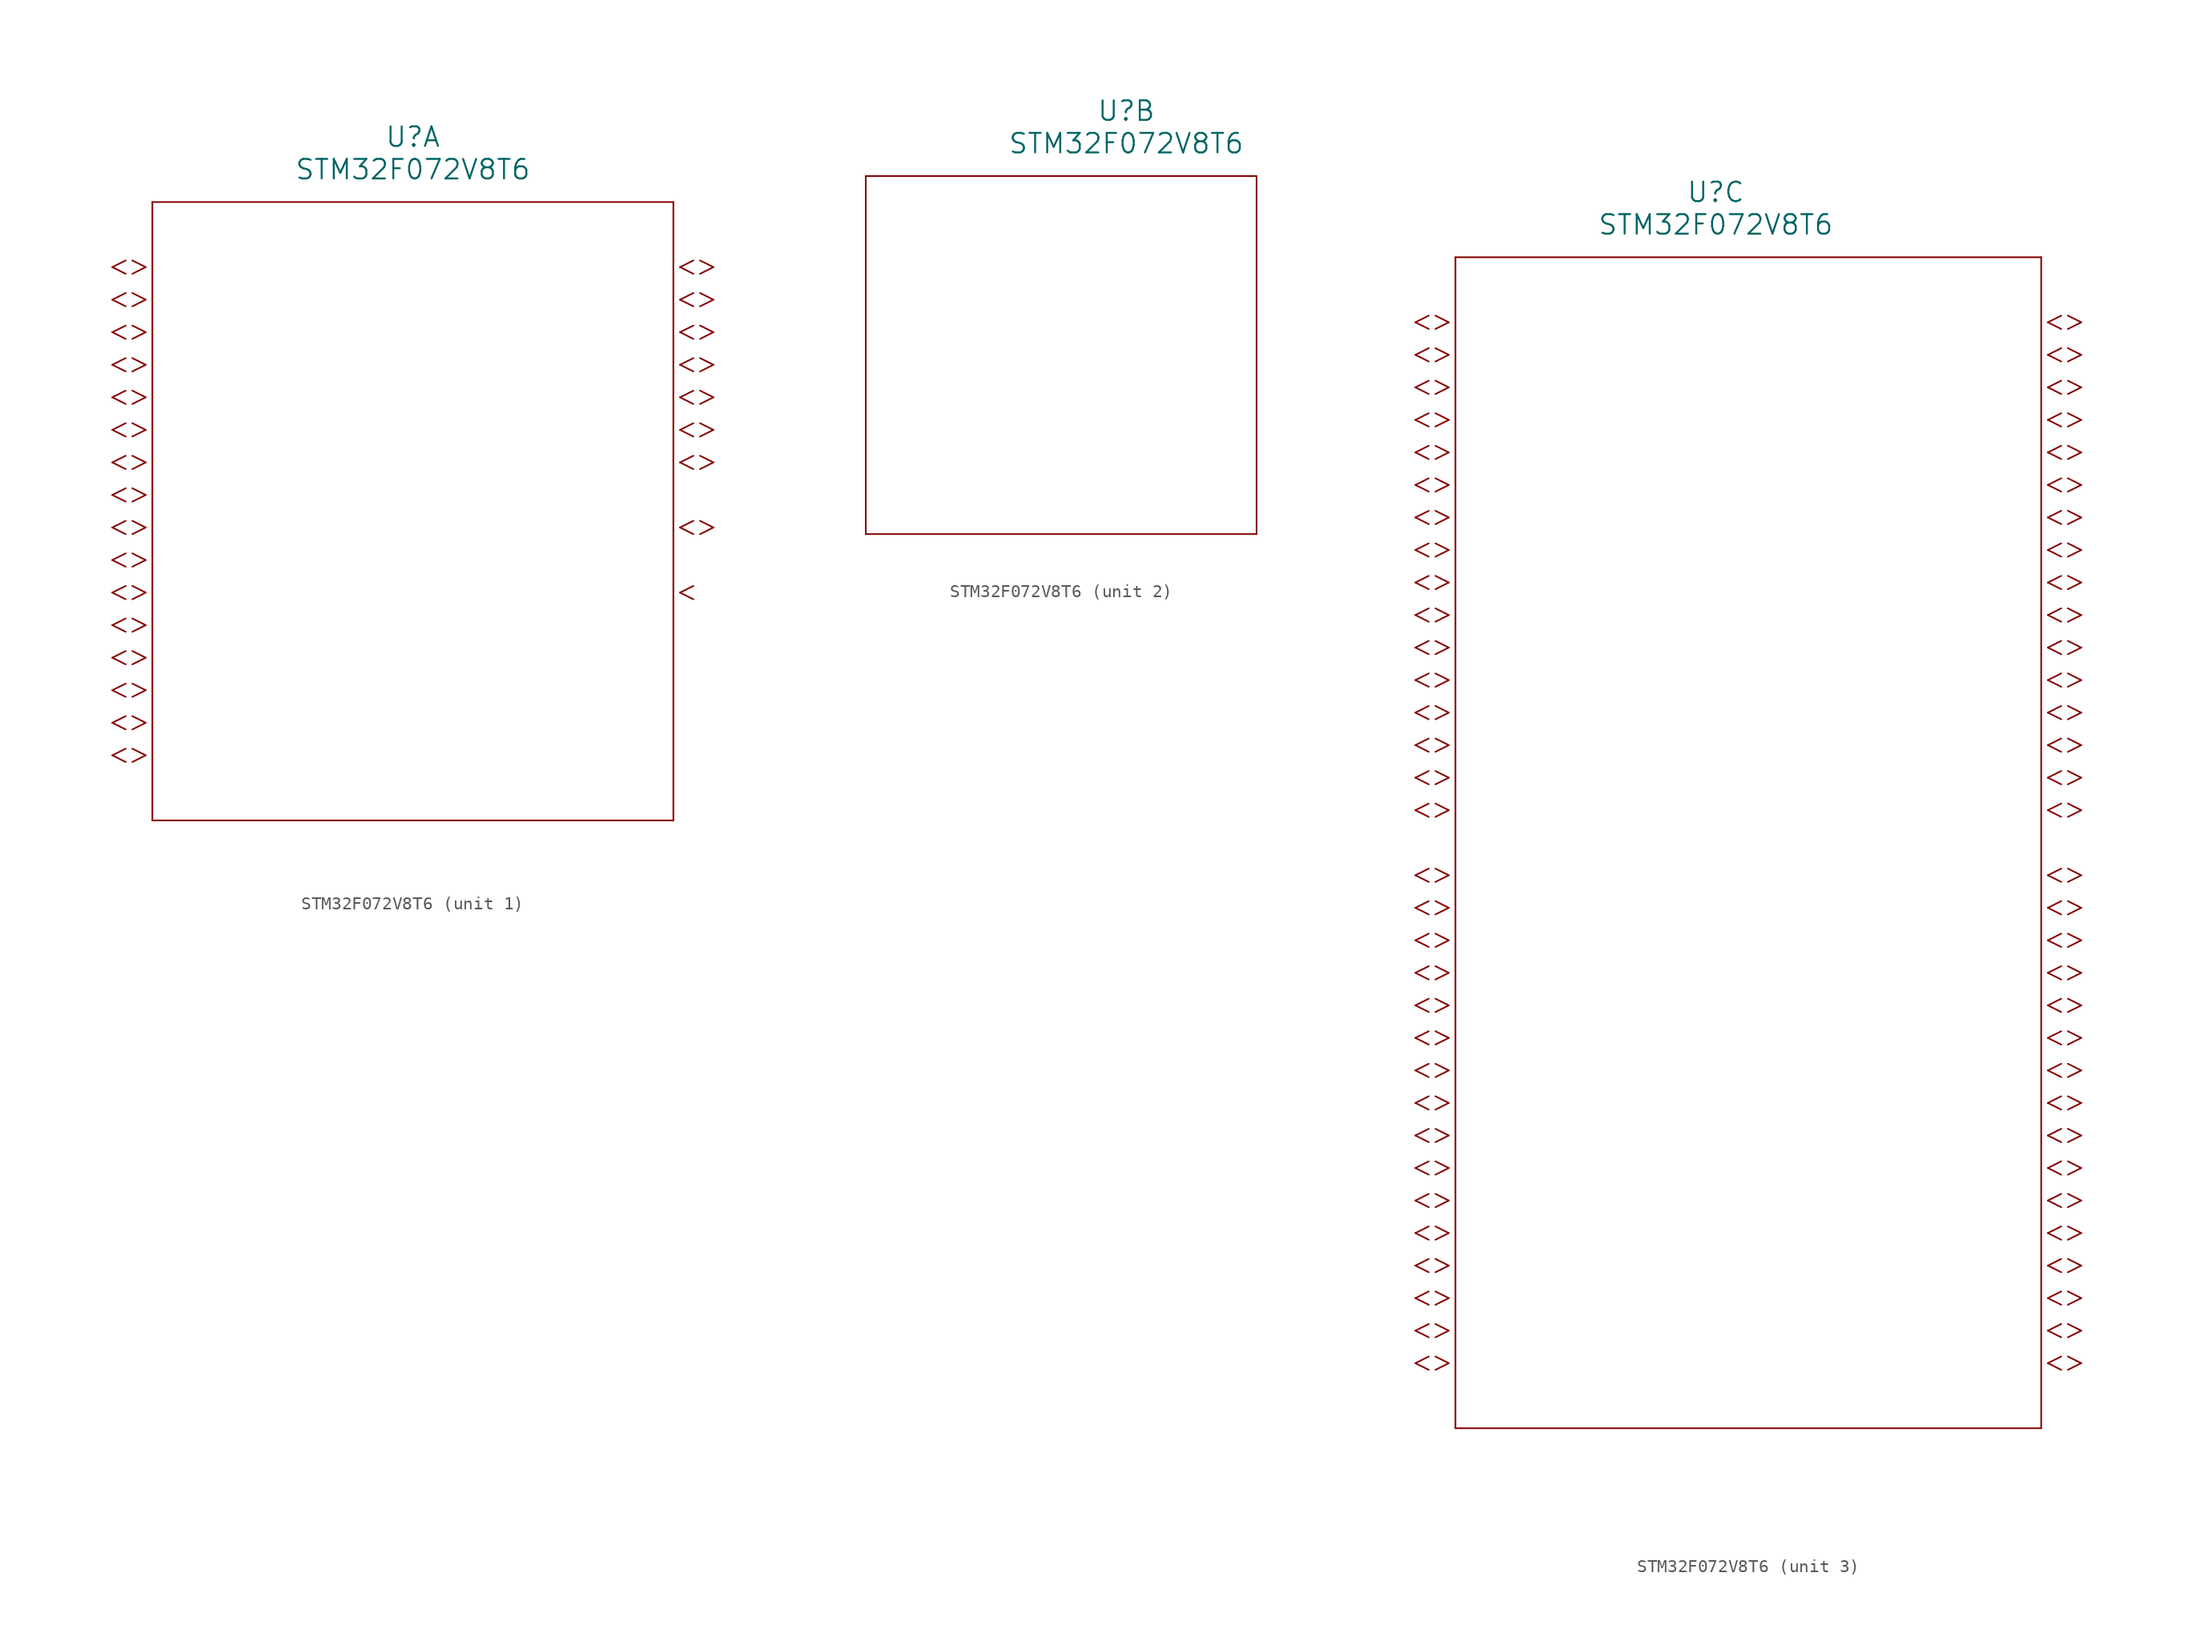
<source format=kicad_sym>
(kicad_symbol_lib
  (version 20211014)
  (generator kicad_symbol_editor)
  (symbol "STM32F072V8T6"
    (pin_names
      (offset 0.254))
    (property "Reference" "U"
      (at 27.94 10.16 0)
      (effects (font (size 1.524 1.524))))
    (property "Value" "STM32F072V8T6"
      (at 27.94 7.62 0)
      (effects (font (size 1.524 1.524))))
    (symbol "STM32F072V8T6_1_1"
      (polyline (pts (xy 7.099 0) (xy 6.058 0.521)) (stroke (width 0.127) (type default) (color 0 0 0 0)) (fill (type none)))
      (polyline (pts (xy 7.099 0) (xy 6.058 -0.521)) (stroke (width 0.127) (type default) (color 0 0 0 0)) (fill (type none)))
      (polyline (pts (xy 5.537 0.521) (xy 4.496 0)) (stroke (width 0.127) (type default) (color 0 0 0 0)) (fill (type none)))
      (polyline (pts (xy 5.537 -0.521) (xy 4.496 0)) (stroke (width 0.127) (type default) (color 0 0 0 0)) (fill (type none)))
      (polyline (pts (xy 7.099 -2.54) (xy 6.058 -2.019)) (stroke (width 0.127) (type default) (color 0 0 0 0)) (fill (type none)))
      (polyline (pts (xy 7.099 -2.54) (xy 6.058 -3.061)) (stroke (width 0.127) (type default) (color 0 0 0 0)) (fill (type none)))
      (polyline (pts (xy 5.537 -2.019) (xy 4.496 -2.54)) (stroke (width 0.127) (type default) (color 0 0 0 0)) (fill (type none)))
      (polyline (pts (xy 5.537 -3.061) (xy 4.496 -2.54)) (stroke (width 0.127) (type default) (color 0 0 0 0)) (fill (type none)))
      (polyline (pts (xy 7.099 -5.08) (xy 6.058 -4.559)) (stroke (width 0.127) (type default) (color 0 0 0 0)) (fill (type none)))
      (polyline (pts (xy 7.099 -5.08) (xy 6.058 -5.601)) (stroke (width 0.127) (type default) (color 0 0 0 0)) (fill (type none)))
      (polyline (pts (xy 5.537 -4.559) (xy 4.496 -5.08)) (stroke (width 0.127) (type default) (color 0 0 0 0)) (fill (type none)))
      (polyline (pts (xy 5.537 -5.601) (xy 4.496 -5.08)) (stroke (width 0.127) (type default) (color 0 0 0 0)) (fill (type none)))
      (polyline (pts (xy 7.099 -7.62) (xy 6.058 -7.099)) (stroke (width 0.127) (type default) (color 0 0 0 0)) (fill (type none)))
      (polyline (pts (xy 7.099 -7.62) (xy 6.058 -8.141)) (stroke (width 0.127) (type default) (color 0 0 0 0)) (fill (type none)))
      (polyline (pts (xy 5.537 -7.099) (xy 4.496 -7.62)) (stroke (width 0.127) (type default) (color 0 0 0 0)) (fill (type none)))
      (polyline (pts (xy 5.537 -8.141) (xy 4.496 -7.62)) (stroke (width 0.127) (type default) (color 0 0 0 0)) (fill (type none)))
      (polyline (pts (xy 7.099 -10.16) (xy 6.058 -9.639)) (stroke (width 0.127) (type default) (color 0 0 0 0)) (fill (type none)))
      (polyline (pts (xy 7.099 -10.16) (xy 6.058 -10.681)) (stroke (width 0.127) (type default) (color 0 0 0 0)) (fill (type none)))
      (polyline (pts (xy 5.537 -9.639) (xy 4.496 -10.16)) (stroke (width 0.127) (type default) (color 0 0 0 0)) (fill (type none)))
      (polyline (pts (xy 5.537 -10.681) (xy 4.496 -10.16)) (stroke (width 0.127) (type default) (color 0 0 0 0)) (fill (type none)))
      (polyline (pts (xy 7.099 -12.7) (xy 6.058 -12.179)) (stroke (width 0.127) (type default) (color 0 0 0 0)) (fill (type none)))
      (polyline (pts (xy 7.099 -12.7) (xy 6.058 -13.221)) (stroke (width 0.127) (type default) (color 0 0 0 0)) (fill (type none)))
      (polyline (pts (xy 5.537 -12.179) (xy 4.496 -12.7)) (stroke (width 0.127) (type default) (color 0 0 0 0)) (fill (type none)))
      (polyline (pts (xy 5.537 -13.221) (xy 4.496 -12.7)) (stroke (width 0.127) (type default) (color 0 0 0 0)) (fill (type none)))
      (polyline (pts (xy 7.099 -15.24) (xy 6.058 -14.719)) (stroke (width 0.127) (type default) (color 0 0 0 0)) (fill (type none)))
      (polyline (pts (xy 7.099 -15.24) (xy 6.058 -15.761)) (stroke (width 0.127) (type default) (color 0 0 0 0)) (fill (type none)))
      (polyline (pts (xy 5.537 -14.719) (xy 4.496 -15.24)) (stroke (width 0.127) (type default) (color 0 0 0 0)) (fill (type none)))
      (polyline (pts (xy 5.537 -15.761) (xy 4.496 -15.24)) (stroke (width 0.127) (type default) (color 0 0 0 0)) (fill (type none)))
      (polyline (pts (xy 7.099 -17.78) (xy 6.058 -17.259)) (stroke (width 0.127) (type default) (color 0 0 0 0)) (fill (type none)))
      (polyline (pts (xy 7.099 -17.78) (xy 6.058 -18.301)) (stroke (width 0.127) (type default) (color 0 0 0 0)) (fill (type none)))
      (polyline (pts (xy 5.537 -17.259) (xy 4.496 -17.78)) (stroke (width 0.127) (type default) (color 0 0 0 0)) (fill (type none)))
      (polyline (pts (xy 5.537 -18.301) (xy 4.496 -17.78)) (stroke (width 0.127) (type default) (color 0 0 0 0)) (fill (type none)))
      (polyline (pts (xy 7.099 -20.32) (xy 6.058 -19.799)) (stroke (width 0.127) (type default) (color 0 0 0 0)) (fill (type none)))
      (polyline (pts (xy 7.099 -20.32) (xy 6.058 -20.841)) (stroke (width 0.127) (type default) (color 0 0 0 0)) (fill (type none)))
      (polyline (pts (xy 5.537 -19.799) (xy 4.496 -20.32)) (stroke (width 0.127) (type default) (color 0 0 0 0)) (fill (type none)))
      (polyline (pts (xy 5.537 -20.841) (xy 4.496 -20.32)) (stroke (width 0.127) (type default) (color 0 0 0 0)) (fill (type none)))
      (polyline (pts (xy 7.099 -22.86) (xy 6.058 -22.339)) (stroke (width 0.127) (type default) (color 0 0 0 0)) (fill (type none)))
      (polyline (pts (xy 7.099 -22.86) (xy 6.058 -23.381)) (stroke (width 0.127) (type default) (color 0 0 0 0)) (fill (type none)))
      (polyline (pts (xy 5.537 -22.339) (xy 4.496 -22.86)) (stroke (width 0.127) (type default) (color 0 0 0 0)) (fill (type none)))
      (polyline (pts (xy 5.537 -23.381) (xy 4.496 -22.86)) (stroke (width 0.127) (type default) (color 0 0 0 0)) (fill (type none)))
      (polyline (pts (xy 7.099 -25.4) (xy 6.058 -24.879)) (stroke (width 0.127) (type default) (color 0 0 0 0)) (fill (type none)))
      (polyline (pts (xy 7.099 -25.4) (xy 6.058 -25.921)) (stroke (width 0.127) (type default) (color 0 0 0 0)) (fill (type none)))
      (polyline (pts (xy 5.537 -24.879) (xy 4.496 -25.4)) (stroke (width 0.127) (type default) (color 0 0 0 0)) (fill (type none)))
      (polyline (pts (xy 5.537 -25.921) (xy 4.496 -25.4)) (stroke (width 0.127) (type default) (color 0 0 0 0)) (fill (type none)))
      (polyline (pts (xy 7.099 -27.94) (xy 6.058 -27.419)) (stroke (width 0.127) (type default) (color 0 0 0 0)) (fill (type none)))
      (polyline (pts (xy 7.099 -27.94) (xy 6.058 -28.461)) (stroke (width 0.127) (type default) (color 0 0 0 0)) (fill (type none)))
      (polyline (pts (xy 5.537 -27.419) (xy 4.496 -27.94)) (stroke (width 0.127) (type default) (color 0 0 0 0)) (fill (type none)))
      (polyline (pts (xy 5.537 -28.461) (xy 4.496 -27.94)) (stroke (width 0.127) (type default) (color 0 0 0 0)) (fill (type none)))
      (polyline (pts (xy 7.099 -30.48) (xy 6.058 -29.959)) (stroke (width 0.127) (type default) (color 0 0 0 0)) (fill (type none)))
      (polyline (pts (xy 7.099 -30.48) (xy 6.058 -31.001)) (stroke (width 0.127) (type default) (color 0 0 0 0)) (fill (type none)))
      (polyline (pts (xy 5.537 -29.959) (xy 4.496 -30.48)) (stroke (width 0.127) (type default) (color 0 0 0 0)) (fill (type none)))
      (polyline (pts (xy 5.537 -31.001) (xy 4.496 -30.48)) (stroke (width 0.127) (type default) (color 0 0 0 0)) (fill (type none)))
      (polyline (pts (xy 7.099 -33.02) (xy 6.058 -32.499)) (stroke (width 0.127) (type default) (color 0 0 0 0)) (fill (type none)))
      (polyline (pts (xy 7.099 -33.02) (xy 6.058 -33.541)) (stroke (width 0.127) (type default) (color 0 0 0 0)) (fill (type none)))
      (polyline (pts (xy 5.537 -32.499) (xy 4.496 -33.02)) (stroke (width 0.127) (type default) (color 0 0 0 0)) (fill (type none)))
      (polyline (pts (xy 5.537 -33.541) (xy 4.496 -33.02)) (stroke (width 0.127) (type default) (color 0 0 0 0)) (fill (type none)))
      (polyline (pts (xy 7.099 -35.56) (xy 6.058 -35.039)) (stroke (width 0.127) (type default) (color 0 0 0 0)) (fill (type none)))
      (polyline (pts (xy 7.099 -35.56) (xy 6.058 -36.081)) (stroke (width 0.127) (type default) (color 0 0 0 0)) (fill (type none)))
      (polyline (pts (xy 5.537 -35.039) (xy 4.496 -35.56)) (stroke (width 0.127) (type default) (color 0 0 0 0)) (fill (type none)))
      (polyline (pts (xy 5.537 -36.081) (xy 4.496 -35.56)) (stroke (width 0.127) (type default) (color 0 0 0 0)) (fill (type none)))
      (polyline (pts (xy 7.099 -38.1) (xy 6.058 -37.579)) (stroke (width 0.127) (type default) (color 0 0 0 0)) (fill (type none)))
      (polyline (pts (xy 7.099 -38.1) (xy 6.058 -38.621)) (stroke (width 0.127) (type default) (color 0 0 0 0)) (fill (type none)))
      (polyline (pts (xy 5.537 -37.579) (xy 4.496 -38.1)) (stroke (width 0.127) (type default) (color 0 0 0 0)) (fill (type none)))
      (polyline (pts (xy 5.537 -38.621) (xy 4.496 -38.1)) (stroke (width 0.127) (type default) (color 0 0 0 0)) (fill (type none)))
      (polyline (pts (xy 48.781 0) (xy 49.822 0.521)) (stroke (width 0.127) (type default) (color 0 0 0 0)) (fill (type none)))
      (polyline (pts (xy 48.781 0) (xy 49.822 -0.521)) (stroke (width 0.127) (type default) (color 0 0 0 0)) (fill (type none)))
      (polyline (pts (xy 50.343 0.521) (xy 51.384 0)) (stroke (width 0.127) (type default) (color 0 0 0 0)) (fill (type none)))
      (polyline (pts (xy 50.343 -0.521) (xy 51.384 0)) (stroke (width 0.127) (type default) (color 0 0 0 0)) (fill (type none)))
      (polyline (pts (xy 48.781 -2.54) (xy 49.822 -2.019)) (stroke (width 0.127) (type default) (color 0 0 0 0)) (fill (type none)))
      (polyline (pts (xy 48.781 -2.54) (xy 49.822 -3.061)) (stroke (width 0.127) (type default) (color 0 0 0 0)) (fill (type none)))
      (polyline (pts (xy 50.343 -2.019) (xy 51.384 -2.54)) (stroke (width 0.127) (type default) (color 0 0 0 0)) (fill (type none)))
      (polyline (pts (xy 50.343 -3.061) (xy 51.384 -2.54)) (stroke (width 0.127) (type default) (color 0 0 0 0)) (fill (type none)))
      (polyline (pts (xy 48.781 -5.08) (xy 49.822 -4.559)) (stroke (width 0.127) (type default) (color 0 0 0 0)) (fill (type none)))
      (polyline (pts (xy 48.781 -5.08) (xy 49.822 -5.601)) (stroke (width 0.127) (type default) (color 0 0 0 0)) (fill (type none)))
      (polyline (pts (xy 50.343 -4.559) (xy 51.384 -5.08)) (stroke (width 0.127) (type default) (color 0 0 0 0)) (fill (type none)))
      (polyline (pts (xy 50.343 -5.601) (xy 51.384 -5.08)) (stroke (width 0.127) (type default) (color 0 0 0 0)) (fill (type none)))
      (polyline (pts (xy 48.781 -7.62) (xy 49.822 -7.099)) (stroke (width 0.127) (type default) (color 0 0 0 0)) (fill (type none)))
      (polyline (pts (xy 48.781 -7.62) (xy 49.822 -8.141)) (stroke (width 0.127) (type default) (color 0 0 0 0)) (fill (type none)))
      (polyline (pts (xy 50.343 -7.099) (xy 51.384 -7.62)) (stroke (width 0.127) (type default) (color 0 0 0 0)) (fill (type none)))
      (polyline (pts (xy 50.343 -8.141) (xy 51.384 -7.62)) (stroke (width 0.127) (type default) (color 0 0 0 0)) (fill (type none)))
      (polyline (pts (xy 48.781 -10.16) (xy 49.822 -9.639)) (stroke (width 0.127) (type default) (color 0 0 0 0)) (fill (type none)))
      (polyline (pts (xy 48.781 -10.16) (xy 49.822 -10.681)) (stroke (width 0.127) (type default) (color 0 0 0 0)) (fill (type none)))
      (polyline (pts (xy 50.343 -9.639) (xy 51.384 -10.16)) (stroke (width 0.127) (type default) (color 0 0 0 0)) (fill (type none)))
      (polyline (pts (xy 50.343 -10.681) (xy 51.384 -10.16)) (stroke (width 0.127) (type default) (color 0 0 0 0)) (fill (type none)))
      (polyline (pts (xy 48.781 -12.7) (xy 49.822 -12.179)) (stroke (width 0.127) (type default) (color 0 0 0 0)) (fill (type none)))
      (polyline (pts (xy 48.781 -12.7) (xy 49.822 -13.221)) (stroke (width 0.127) (type default) (color 0 0 0 0)) (fill (type none)))
      (polyline (pts (xy 50.343 -12.179) (xy 51.384 -12.7)) (stroke (width 0.127) (type default) (color 0 0 0 0)) (fill (type none)))
      (polyline (pts (xy 50.343 -13.221) (xy 51.384 -12.7)) (stroke (width 0.127) (type default) (color 0 0 0 0)) (fill (type none)))
      (polyline (pts (xy 48.781 -15.24) (xy 49.822 -14.719)) (stroke (width 0.127) (type default) (color 0 0 0 0)) (fill (type none)))
      (polyline (pts (xy 48.781 -15.24) (xy 49.822 -15.761)) (stroke (width 0.127) (type default) (color 0 0 0 0)) (fill (type none)))
      (polyline (pts (xy 50.343 -14.719) (xy 51.384 -15.24)) (stroke (width 0.127) (type default) (color 0 0 0 0)) (fill (type none)))
      (polyline (pts (xy 50.343 -15.761) (xy 51.384 -15.24)) (stroke (width 0.127) (type default) (color 0 0 0 0)) (fill (type none)))
      (polyline (pts (xy 48.781 -20.32) (xy 49.822 -19.799)) (stroke (width 0.127) (type default) (color 0 0 0 0)) (fill (type none)))
      (polyline (pts (xy 48.781 -20.32) (xy 49.822 -20.841)) (stroke (width 0.127) (type default) (color 0 0 0 0)) (fill (type none)))
      (polyline (pts (xy 50.343 -19.799) (xy 51.384 -20.32)) (stroke (width 0.127) (type default) (color 0 0 0 0)) (fill (type none)))
      (polyline (pts (xy 50.343 -20.841) (xy 51.384 -20.32)) (stroke (width 0.127) (type default) (color 0 0 0 0)) (fill (type none)))
      (polyline (pts (xy 48.781 -25.4) (xy 49.822 -24.879)) (stroke (width 0.127) (type default) (color 0 0 0 0)) (fill (type none)))
      (polyline (pts (xy 48.781 -25.4) (xy 49.822 -25.921)) (stroke (width 0.127) (type default) (color 0 0 0 0)) (fill (type none)))
      (polyline (pts (xy 7.62 5.08) (xy 7.62 -43.18)) (stroke (width 0.127) (type default) (color 0 0 0 0)) (fill (type none)))
      (polyline (pts (xy 7.62 -43.18) (xy 48.26 -43.18)) (stroke (width 0.127) (type default) (color 0 0 0 0)) (fill (type none)))
      (polyline (pts (xy 48.26 -43.18) (xy 48.26 5.08)) (stroke (width 0.127) (type default) (color 0 0 0 0)) (fill (type none)))
      (polyline (pts (xy 48.26 5.08) (xy 7.62 5.08)) (stroke (width 0.127) (type default) (color 0 0 0 0)) (fill (type none))))
    (symbol "STM32F072V8T6_2_1"
      (polyline (pts (xy 7.62 5.08) (xy 7.62 -22.86)) (stroke (width 0.127) (type default) (color 0 0 0 0)) (fill (type none)))
      (polyline (pts (xy 7.62 -22.86) (xy 38.1 -22.86)) (stroke (width 0.127) (type default) (color 0 0 0 0)) (fill (type none)))
      (polyline (pts (xy 38.1 -22.86) (xy 38.1 5.08)) (stroke (width 0.127) (type default) (color 0 0 0 0)) (fill (type none)))
      (polyline (pts (xy 38.1 5.08) (xy 7.62 5.08)) (stroke (width 0.127) (type default) (color 0 0 0 0)) (fill (type none))))
    (symbol "STM32F072V8T6_3_1"
      (polyline (pts (xy 7.099 0) (xy 6.058 0.521)) (stroke (width 0.127) (type default) (color 0 0 0 0)) (fill (type none)))
      (polyline (pts (xy 7.099 0) (xy 6.058 -0.521)) (stroke (width 0.127) (type default) (color 0 0 0 0)) (fill (type none)))
      (polyline (pts (xy 5.537 0.521) (xy 4.496 0)) (stroke (width 0.127) (type default) (color 0 0 0 0)) (fill (type none)))
      (polyline (pts (xy 5.537 -0.521) (xy 4.496 0)) (stroke (width 0.127) (type default) (color 0 0 0 0)) (fill (type none)))
      (polyline (pts (xy 7.099 -2.54) (xy 6.058 -2.019)) (stroke (width 0.127) (type default) (color 0 0 0 0)) (fill (type none)))
      (polyline (pts (xy 7.099 -2.54) (xy 6.058 -3.061)) (stroke (width 0.127) (type default) (color 0 0 0 0)) (fill (type none)))
      (polyline (pts (xy 5.537 -2.019) (xy 4.496 -2.54)) (stroke (width 0.127) (type default) (color 0 0 0 0)) (fill (type none)))
      (polyline (pts (xy 5.537 -3.061) (xy 4.496 -2.54)) (stroke (width 0.127) (type default) (color 0 0 0 0)) (fill (type none)))
      (polyline (pts (xy 7.099 -5.08) (xy 6.058 -4.559)) (stroke (width 0.127) (type default) (color 0 0 0 0)) (fill (type none)))
      (polyline (pts (xy 7.099 -5.08) (xy 6.058 -5.601)) (stroke (width 0.127) (type default) (color 0 0 0 0)) (fill (type none)))
      (polyline (pts (xy 5.537 -4.559) (xy 4.496 -5.08)) (stroke (width 0.127) (type default) (color 0 0 0 0)) (fill (type none)))
      (polyline (pts (xy 5.537 -5.601) (xy 4.496 -5.08)) (stroke (width 0.127) (type default) (color 0 0 0 0)) (fill (type none)))
      (polyline (pts (xy 7.099 -7.62) (xy 6.058 -7.099)) (stroke (width 0.127) (type default) (color 0 0 0 0)) (fill (type none)))
      (polyline (pts (xy 7.099 -7.62) (xy 6.058 -8.141)) (stroke (width 0.127) (type default) (color 0 0 0 0)) (fill (type none)))
      (polyline (pts (xy 5.537 -7.099) (xy 4.496 -7.62)) (stroke (width 0.127) (type default) (color 0 0 0 0)) (fill (type none)))
      (polyline (pts (xy 5.537 -8.141) (xy 4.496 -7.62)) (stroke (width 0.127) (type default) (color 0 0 0 0)) (fill (type none)))
      (polyline (pts (xy 7.099 -10.16) (xy 6.058 -9.639)) (stroke (width 0.127) (type default) (color 0 0 0 0)) (fill (type none)))
      (polyline (pts (xy 7.099 -10.16) (xy 6.058 -10.681)) (stroke (width 0.127) (type default) (color 0 0 0 0)) (fill (type none)))
      (polyline (pts (xy 5.537 -9.639) (xy 4.496 -10.16)) (stroke (width 0.127) (type default) (color 0 0 0 0)) (fill (type none)))
      (polyline (pts (xy 5.537 -10.681) (xy 4.496 -10.16)) (stroke (width 0.127) (type default) (color 0 0 0 0)) (fill (type none)))
      (polyline (pts (xy 7.099 -12.7) (xy 6.058 -12.179)) (stroke (width 0.127) (type default) (color 0 0 0 0)) (fill (type none)))
      (polyline (pts (xy 7.099 -12.7) (xy 6.058 -13.221)) (stroke (width 0.127) (type default) (color 0 0 0 0)) (fill (type none)))
      (polyline (pts (xy 5.537 -12.179) (xy 4.496 -12.7)) (stroke (width 0.127) (type default) (color 0 0 0 0)) (fill (type none)))
      (polyline (pts (xy 5.537 -13.221) (xy 4.496 -12.7)) (stroke (width 0.127) (type default) (color 0 0 0 0)) (fill (type none)))
      (polyline (pts (xy 7.099 -15.24) (xy 6.058 -14.719)) (stroke (width 0.127) (type default) (color 0 0 0 0)) (fill (type none)))
      (polyline (pts (xy 7.099 -15.24) (xy 6.058 -15.761)) (stroke (width 0.127) (type default) (color 0 0 0 0)) (fill (type none)))
      (polyline (pts (xy 5.537 -14.719) (xy 4.496 -15.24)) (stroke (width 0.127) (type default) (color 0 0 0 0)) (fill (type none)))
      (polyline (pts (xy 5.537 -15.761) (xy 4.496 -15.24)) (stroke (width 0.127) (type default) (color 0 0 0 0)) (fill (type none)))
      (polyline (pts (xy 7.099 -17.78) (xy 6.058 -17.259)) (stroke (width 0.127) (type default) (color 0 0 0 0)) (fill (type none)))
      (polyline (pts (xy 7.099 -17.78) (xy 6.058 -18.301)) (stroke (width 0.127) (type default) (color 0 0 0 0)) (fill (type none)))
      (polyline (pts (xy 5.537 -17.259) (xy 4.496 -17.78)) (stroke (width 0.127) (type default) (color 0 0 0 0)) (fill (type none)))
      (polyline (pts (xy 5.537 -18.301) (xy 4.496 -17.78)) (stroke (width 0.127) (type default) (color 0 0 0 0)) (fill (type none)))
      (polyline (pts (xy 7.099 -20.32) (xy 6.058 -19.799)) (stroke (width 0.127) (type default) (color 0 0 0 0)) (fill (type none)))
      (polyline (pts (xy 7.099 -20.32) (xy 6.058 -20.841)) (stroke (width 0.127) (type default) (color 0 0 0 0)) (fill (type none)))
      (polyline (pts (xy 5.537 -19.799) (xy 4.496 -20.32)) (stroke (width 0.127) (type default) (color 0 0 0 0)) (fill (type none)))
      (polyline (pts (xy 5.537 -20.841) (xy 4.496 -20.32)) (stroke (width 0.127) (type default) (color 0 0 0 0)) (fill (type none)))
      (polyline (pts (xy 7.099 -22.86) (xy 6.058 -22.339)) (stroke (width 0.127) (type default) (color 0 0 0 0)) (fill (type none)))
      (polyline (pts (xy 7.099 -22.86) (xy 6.058 -23.381)) (stroke (width 0.127) (type default) (color 0 0 0 0)) (fill (type none)))
      (polyline (pts (xy 5.537 -22.339) (xy 4.496 -22.86)) (stroke (width 0.127) (type default) (color 0 0 0 0)) (fill (type none)))
      (polyline (pts (xy 5.537 -23.381) (xy 4.496 -22.86)) (stroke (width 0.127) (type default) (color 0 0 0 0)) (fill (type none)))
      (polyline (pts (xy 7.099 -25.4) (xy 6.058 -24.879)) (stroke (width 0.127) (type default) (color 0 0 0 0)) (fill (type none)))
      (polyline (pts (xy 7.099 -25.4) (xy 6.058 -25.921)) (stroke (width 0.127) (type default) (color 0 0 0 0)) (fill (type none)))
      (polyline (pts (xy 5.537 -24.879) (xy 4.496 -25.4)) (stroke (width 0.127) (type default) (color 0 0 0 0)) (fill (type none)))
      (polyline (pts (xy 5.537 -25.921) (xy 4.496 -25.4)) (stroke (width 0.127) (type default) (color 0 0 0 0)) (fill (type none)))
      (polyline (pts (xy 7.099 -27.94) (xy 6.058 -27.419)) (stroke (width 0.127) (type default) (color 0 0 0 0)) (fill (type none)))
      (polyline (pts (xy 7.099 -27.94) (xy 6.058 -28.461)) (stroke (width 0.127) (type default) (color 0 0 0 0)) (fill (type none)))
      (polyline (pts (xy 5.537 -27.419) (xy 4.496 -27.94)) (stroke (width 0.127) (type default) (color 0 0 0 0)) (fill (type none)))
      (polyline (pts (xy 5.537 -28.461) (xy 4.496 -27.94)) (stroke (width 0.127) (type default) (color 0 0 0 0)) (fill (type none)))
      (polyline (pts (xy 7.099 -30.48) (xy 6.058 -29.959)) (stroke (width 0.127) (type default) (color 0 0 0 0)) (fill (type none)))
      (polyline (pts (xy 7.099 -30.48) (xy 6.058 -31.001)) (stroke (width 0.127) (type default) (color 0 0 0 0)) (fill (type none)))
      (polyline (pts (xy 5.537 -29.959) (xy 4.496 -30.48)) (stroke (width 0.127) (type default) (color 0 0 0 0)) (fill (type none)))
      (polyline (pts (xy 5.537 -31.001) (xy 4.496 -30.48)) (stroke (width 0.127) (type default) (color 0 0 0 0)) (fill (type none)))
      (polyline (pts (xy 7.099 -33.02) (xy 6.058 -32.499)) (stroke (width 0.127) (type default) (color 0 0 0 0)) (fill (type none)))
      (polyline (pts (xy 7.099 -33.02) (xy 6.058 -33.541)) (stroke (width 0.127) (type default) (color 0 0 0 0)) (fill (type none)))
      (polyline (pts (xy 5.537 -32.499) (xy 4.496 -33.02)) (stroke (width 0.127) (type default) (color 0 0 0 0)) (fill (type none)))
      (polyline (pts (xy 5.537 -33.541) (xy 4.496 -33.02)) (stroke (width 0.127) (type default) (color 0 0 0 0)) (fill (type none)))
      (polyline (pts (xy 7.099 -35.56) (xy 6.058 -35.039)) (stroke (width 0.127) (type default) (color 0 0 0 0)) (fill (type none)))
      (polyline (pts (xy 7.099 -35.56) (xy 6.058 -36.081)) (stroke (width 0.127) (type default) (color 0 0 0 0)) (fill (type none)))
      (polyline (pts (xy 5.537 -35.039) (xy 4.496 -35.56)) (stroke (width 0.127) (type default) (color 0 0 0 0)) (fill (type none)))
      (polyline (pts (xy 5.537 -36.081) (xy 4.496 -35.56)) (stroke (width 0.127) (type default) (color 0 0 0 0)) (fill (type none)))
      (polyline (pts (xy 7.099 -38.1) (xy 6.058 -37.579)) (stroke (width 0.127) (type default) (color 0 0 0 0)) (fill (type none)))
      (polyline (pts (xy 7.099 -38.1) (xy 6.058 -38.621)) (stroke (width 0.127) (type default) (color 0 0 0 0)) (fill (type none)))
      (polyline (pts (xy 5.537 -37.579) (xy 4.496 -38.1)) (stroke (width 0.127) (type default) (color 0 0 0 0)) (fill (type none)))
      (polyline (pts (xy 5.537 -38.621) (xy 4.496 -38.1)) (stroke (width 0.127) (type default) (color 0 0 0 0)) (fill (type none)))
      (polyline (pts (xy 7.099 -43.18) (xy 6.058 -42.659)) (stroke (width 0.127) (type default) (color 0 0 0 0)) (fill (type none)))
      (polyline (pts (xy 7.099 -43.18) (xy 6.058 -43.701)) (stroke (width 0.127) (type default) (color 0 0 0 0)) (fill (type none)))
      (polyline (pts (xy 5.537 -42.659) (xy 4.496 -43.18)) (stroke (width 0.127) (type default) (color 0 0 0 0)) (fill (type none)))
      (polyline (pts (xy 5.537 -43.701) (xy 4.496 -43.18)) (stroke (width 0.127) (type default) (color 0 0 0 0)) (fill (type none)))
      (polyline (pts (xy 7.099 -45.72) (xy 6.058 -45.199)) (stroke (width 0.127) (type default) (color 0 0 0 0)) (fill (type none)))
      (polyline (pts (xy 7.099 -45.72) (xy 6.058 -46.241)) (stroke (width 0.127) (type default) (color 0 0 0 0)) (fill (type none)))
      (polyline (pts (xy 5.537 -45.199) (xy 4.496 -45.72)) (stroke (width 0.127) (type default) (color 0 0 0 0)) (fill (type none)))
      (polyline (pts (xy 5.537 -46.241) (xy 4.496 -45.72)) (stroke (width 0.127) (type default) (color 0 0 0 0)) (fill (type none)))
      (polyline (pts (xy 7.099 -48.26) (xy 6.058 -47.739)) (stroke (width 0.127) (type default) (color 0 0 0 0)) (fill (type none)))
      (polyline (pts (xy 7.099 -48.26) (xy 6.058 -48.781)) (stroke (width 0.127) (type default) (color 0 0 0 0)) (fill (type none)))
      (polyline (pts (xy 5.537 -47.739) (xy 4.496 -48.26)) (stroke (width 0.127) (type default) (color 0 0 0 0)) (fill (type none)))
      (polyline (pts (xy 5.537 -48.781) (xy 4.496 -48.26)) (stroke (width 0.127) (type default) (color 0 0 0 0)) (fill (type none)))
      (polyline (pts (xy 7.099 -50.8) (xy 6.058 -50.279)) (stroke (width 0.127) (type default) (color 0 0 0 0)) (fill (type none)))
      (polyline (pts (xy 7.099 -50.8) (xy 6.058 -51.321)) (stroke (width 0.127) (type default) (color 0 0 0 0)) (fill (type none)))
      (polyline (pts (xy 5.537 -50.279) (xy 4.496 -50.8)) (stroke (width 0.127) (type default) (color 0 0 0 0)) (fill (type none)))
      (polyline (pts (xy 5.537 -51.321) (xy 4.496 -50.8)) (stroke (width 0.127) (type default) (color 0 0 0 0)) (fill (type none)))
      (polyline (pts (xy 7.099 -53.34) (xy 6.058 -52.819)) (stroke (width 0.127) (type default) (color 0 0 0 0)) (fill (type none)))
      (polyline (pts (xy 7.099 -53.34) (xy 6.058 -53.861)) (stroke (width 0.127) (type default) (color 0 0 0 0)) (fill (type none)))
      (polyline (pts (xy 5.537 -52.819) (xy 4.496 -53.34)) (stroke (width 0.127) (type default) (color 0 0 0 0)) (fill (type none)))
      (polyline (pts (xy 5.537 -53.861) (xy 4.496 -53.34)) (stroke (width 0.127) (type default) (color 0 0 0 0)) (fill (type none)))
      (polyline (pts (xy 7.099 -55.88) (xy 6.058 -55.359)) (stroke (width 0.127) (type default) (color 0 0 0 0)) (fill (type none)))
      (polyline (pts (xy 7.099 -55.88) (xy 6.058 -56.401)) (stroke (width 0.127) (type default) (color 0 0 0 0)) (fill (type none)))
      (polyline (pts (xy 5.537 -55.359) (xy 4.496 -55.88)) (stroke (width 0.127) (type default) (color 0 0 0 0)) (fill (type none)))
      (polyline (pts (xy 5.537 -56.401) (xy 4.496 -55.88)) (stroke (width 0.127) (type default) (color 0 0 0 0)) (fill (type none)))
      (polyline (pts (xy 7.099 -58.42) (xy 6.058 -57.899)) (stroke (width 0.127) (type default) (color 0 0 0 0)) (fill (type none)))
      (polyline (pts (xy 7.099 -58.42) (xy 6.058 -58.941)) (stroke (width 0.127) (type default) (color 0 0 0 0)) (fill (type none)))
      (polyline (pts (xy 5.537 -57.899) (xy 4.496 -58.42)) (stroke (width 0.127) (type default) (color 0 0 0 0)) (fill (type none)))
      (polyline (pts (xy 5.537 -58.941) (xy 4.496 -58.42)) (stroke (width 0.127) (type default) (color 0 0 0 0)) (fill (type none)))
      (polyline (pts (xy 7.099 -60.96) (xy 6.058 -60.439)) (stroke (width 0.127) (type default) (color 0 0 0 0)) (fill (type none)))
      (polyline (pts (xy 7.099 -60.96) (xy 6.058 -61.481)) (stroke (width 0.127) (type default) (color 0 0 0 0)) (fill (type none)))
      (polyline (pts (xy 5.537 -60.439) (xy 4.496 -60.96)) (stroke (width 0.127) (type default) (color 0 0 0 0)) (fill (type none)))
      (polyline (pts (xy 5.537 -61.481) (xy 4.496 -60.96)) (stroke (width 0.127) (type default) (color 0 0 0 0)) (fill (type none)))
      (polyline (pts (xy 7.099 -63.5) (xy 6.058 -62.979)) (stroke (width 0.127) (type default) (color 0 0 0 0)) (fill (type none)))
      (polyline (pts (xy 7.099 -63.5) (xy 6.058 -64.021)) (stroke (width 0.127) (type default) (color 0 0 0 0)) (fill (type none)))
      (polyline (pts (xy 5.537 -62.979) (xy 4.496 -63.5)) (stroke (width 0.127) (type default) (color 0 0 0 0)) (fill (type none)))
      (polyline (pts (xy 5.537 -64.021) (xy 4.496 -63.5)) (stroke (width 0.127) (type default) (color 0 0 0 0)) (fill (type none)))
      (polyline (pts (xy 7.099 -66.04) (xy 6.058 -65.519)) (stroke (width 0.127) (type default) (color 0 0 0 0)) (fill (type none)))
      (polyline (pts (xy 7.099 -66.04) (xy 6.058 -66.561)) (stroke (width 0.127) (type default) (color 0 0 0 0)) (fill (type none)))
      (polyline (pts (xy 5.537 -65.519) (xy 4.496 -66.04)) (stroke (width 0.127) (type default) (color 0 0 0 0)) (fill (type none)))
      (polyline (pts (xy 5.537 -66.561) (xy 4.496 -66.04)) (stroke (width 0.127) (type default) (color 0 0 0 0)) (fill (type none)))
      (polyline (pts (xy 7.099 -68.58) (xy 6.058 -68.059)) (stroke (width 0.127) (type default) (color 0 0 0 0)) (fill (type none)))
      (polyline (pts (xy 7.099 -68.58) (xy 6.058 -69.101)) (stroke (width 0.127) (type default) (color 0 0 0 0)) (fill (type none)))
      (polyline (pts (xy 5.537 -68.059) (xy 4.496 -68.58)) (stroke (width 0.127) (type default) (color 0 0 0 0)) (fill (type none)))
      (polyline (pts (xy 5.537 -69.101) (xy 4.496 -68.58)) (stroke (width 0.127) (type default) (color 0 0 0 0)) (fill (type none)))
      (polyline (pts (xy 7.099 -71.12) (xy 6.058 -70.599)) (stroke (width 0.127) (type default) (color 0 0 0 0)) (fill (type none)))
      (polyline (pts (xy 7.099 -71.12) (xy 6.058 -71.641)) (stroke (width 0.127) (type default) (color 0 0 0 0)) (fill (type none)))
      (polyline (pts (xy 5.537 -70.599) (xy 4.496 -71.12)) (stroke (width 0.127) (type default) (color 0 0 0 0)) (fill (type none)))
      (polyline (pts (xy 5.537 -71.641) (xy 4.496 -71.12)) (stroke (width 0.127) (type default) (color 0 0 0 0)) (fill (type none)))
      (polyline (pts (xy 7.099 -73.66) (xy 6.058 -73.139)) (stroke (width 0.127) (type default) (color 0 0 0 0)) (fill (type none)))
      (polyline (pts (xy 7.099 -73.66) (xy 6.058 -74.181)) (stroke (width 0.127) (type default) (color 0 0 0 0)) (fill (type none)))
      (polyline (pts (xy 5.537 -73.139) (xy 4.496 -73.66)) (stroke (width 0.127) (type default) (color 0 0 0 0)) (fill (type none)))
      (polyline (pts (xy 5.537 -74.181) (xy 4.496 -73.66)) (stroke (width 0.127) (type default) (color 0 0 0 0)) (fill (type none)))
      (polyline (pts (xy 7.099 -76.2) (xy 6.058 -75.679)) (stroke (width 0.127) (type default) (color 0 0 0 0)) (fill (type none)))
      (polyline (pts (xy 7.099 -76.2) (xy 6.058 -76.721)) (stroke (width 0.127) (type default) (color 0 0 0 0)) (fill (type none)))
      (polyline (pts (xy 5.537 -75.679) (xy 4.496 -76.2)) (stroke (width 0.127) (type default) (color 0 0 0 0)) (fill (type none)))
      (polyline (pts (xy 5.537 -76.721) (xy 4.496 -76.2)) (stroke (width 0.127) (type default) (color 0 0 0 0)) (fill (type none)))
      (polyline (pts (xy 7.099 -78.74) (xy 6.058 -78.219)) (stroke (width 0.127) (type default) (color 0 0 0 0)) (fill (type none)))
      (polyline (pts (xy 7.099 -78.74) (xy 6.058 -79.261)) (stroke (width 0.127) (type default) (color 0 0 0 0)) (fill (type none)))
      (polyline (pts (xy 5.537 -78.219) (xy 4.496 -78.74)) (stroke (width 0.127) (type default) (color 0 0 0 0)) (fill (type none)))
      (polyline (pts (xy 5.537 -79.261) (xy 4.496 -78.74)) (stroke (width 0.127) (type default) (color 0 0 0 0)) (fill (type none)))
      (polyline (pts (xy 7.099 -81.28) (xy 6.058 -80.759)) (stroke (width 0.127) (type default) (color 0 0 0 0)) (fill (type none)))
      (polyline (pts (xy 7.099 -81.28) (xy 6.058 -81.801)) (stroke (width 0.127) (type default) (color 0 0 0 0)) (fill (type none)))
      (polyline (pts (xy 5.537 -80.759) (xy 4.496 -81.28)) (stroke (width 0.127) (type default) (color 0 0 0 0)) (fill (type none)))
      (polyline (pts (xy 5.537 -81.801) (xy 4.496 -81.28)) (stroke (width 0.127) (type default) (color 0 0 0 0)) (fill (type none)))
      (polyline (pts (xy 53.861 0) (xy 54.902 0.521)) (stroke (width 0.127) (type default) (color 0 0 0 0)) (fill (type none)))
      (polyline (pts (xy 53.861 0) (xy 54.902 -0.521)) (stroke (width 0.127) (type default) (color 0 0 0 0)) (fill (type none)))
      (polyline (pts (xy 55.423 0.521) (xy 56.464 0)) (stroke (width 0.127) (type default) (color 0 0 0 0)) (fill (type none)))
      (polyline (pts (xy 55.423 -0.521) (xy 56.464 0)) (stroke (width 0.127) (type default) (color 0 0 0 0)) (fill (type none)))
      (polyline (pts (xy 53.861 -2.54) (xy 54.902 -2.019)) (stroke (width 0.127) (type default) (color 0 0 0 0)) (fill (type none)))
      (polyline (pts (xy 53.861 -2.54) (xy 54.902 -3.061)) (stroke (width 0.127) (type default) (color 0 0 0 0)) (fill (type none)))
      (polyline (pts (xy 55.423 -2.019) (xy 56.464 -2.54)) (stroke (width 0.127) (type default) (color 0 0 0 0)) (fill (type none)))
      (polyline (pts (xy 55.423 -3.061) (xy 56.464 -2.54)) (stroke (width 0.127) (type default) (color 0 0 0 0)) (fill (type none)))
      (polyline (pts (xy 53.861 -5.08) (xy 54.902 -4.559)) (stroke (width 0.127) (type default) (color 0 0 0 0)) (fill (type none)))
      (polyline (pts (xy 53.861 -5.08) (xy 54.902 -5.601)) (stroke (width 0.127) (type default) (color 0 0 0 0)) (fill (type none)))
      (polyline (pts (xy 55.423 -4.559) (xy 56.464 -5.08)) (stroke (width 0.127) (type default) (color 0 0 0 0)) (fill (type none)))
      (polyline (pts (xy 55.423 -5.601) (xy 56.464 -5.08)) (stroke (width 0.127) (type default) (color 0 0 0 0)) (fill (type none)))
      (polyline (pts (xy 53.861 -7.62) (xy 54.902 -7.099)) (stroke (width 0.127) (type default) (color 0 0 0 0)) (fill (type none)))
      (polyline (pts (xy 53.861 -7.62) (xy 54.902 -8.141)) (stroke (width 0.127) (type default) (color 0 0 0 0)) (fill (type none)))
      (polyline (pts (xy 55.423 -7.099) (xy 56.464 -7.62)) (stroke (width 0.127) (type default) (color 0 0 0 0)) (fill (type none)))
      (polyline (pts (xy 55.423 -8.141) (xy 56.464 -7.62)) (stroke (width 0.127) (type default) (color 0 0 0 0)) (fill (type none)))
      (polyline (pts (xy 53.861 -10.16) (xy 54.902 -9.639)) (stroke (width 0.127) (type default) (color 0 0 0 0)) (fill (type none)))
      (polyline (pts (xy 53.861 -10.16) (xy 54.902 -10.681)) (stroke (width 0.127) (type default) (color 0 0 0 0)) (fill (type none)))
      (polyline (pts (xy 55.423 -9.639) (xy 56.464 -10.16)) (stroke (width 0.127) (type default) (color 0 0 0 0)) (fill (type none)))
      (polyline (pts (xy 55.423 -10.681) (xy 56.464 -10.16)) (stroke (width 0.127) (type default) (color 0 0 0 0)) (fill (type none)))
      (polyline (pts (xy 53.861 -12.7) (xy 54.902 -12.179)) (stroke (width 0.127) (type default) (color 0 0 0 0)) (fill (type none)))
      (polyline (pts (xy 53.861 -12.7) (xy 54.902 -13.221)) (stroke (width 0.127) (type default) (color 0 0 0 0)) (fill (type none)))
      (polyline (pts (xy 55.423 -12.179) (xy 56.464 -12.7)) (stroke (width 0.127) (type default) (color 0 0 0 0)) (fill (type none)))
      (polyline (pts (xy 55.423 -13.221) (xy 56.464 -12.7)) (stroke (width 0.127) (type default) (color 0 0 0 0)) (fill (type none)))
      (polyline (pts (xy 53.861 -15.24) (xy 54.902 -14.719)) (stroke (width 0.127) (type default) (color 0 0 0 0)) (fill (type none)))
      (polyline (pts (xy 53.861 -15.24) (xy 54.902 -15.761)) (stroke (width 0.127) (type default) (color 0 0 0 0)) (fill (type none)))
      (polyline (pts (xy 55.423 -14.719) (xy 56.464 -15.24)) (stroke (width 0.127) (type default) (color 0 0 0 0)) (fill (type none)))
      (polyline (pts (xy 55.423 -15.761) (xy 56.464 -15.24)) (stroke (width 0.127) (type default) (color 0 0 0 0)) (fill (type none)))
      (polyline (pts (xy 53.861 -17.78) (xy 54.902 -17.259)) (stroke (width 0.127) (type default) (color 0 0 0 0)) (fill (type none)))
      (polyline (pts (xy 53.861 -17.78) (xy 54.902 -18.301)) (stroke (width 0.127) (type default) (color 0 0 0 0)) (fill (type none)))
      (polyline (pts (xy 55.423 -17.259) (xy 56.464 -17.78)) (stroke (width 0.127) (type default) (color 0 0 0 0)) (fill (type none)))
      (polyline (pts (xy 55.423 -18.301) (xy 56.464 -17.78)) (stroke (width 0.127) (type default) (color 0 0 0 0)) (fill (type none)))
      (polyline (pts (xy 53.861 -20.32) (xy 54.902 -19.799)) (stroke (width 0.127) (type default) (color 0 0 0 0)) (fill (type none)))
      (polyline (pts (xy 53.861 -20.32) (xy 54.902 -20.841)) (stroke (width 0.127) (type default) (color 0 0 0 0)) (fill (type none)))
      (polyline (pts (xy 55.423 -19.799) (xy 56.464 -20.32)) (stroke (width 0.127) (type default) (color 0 0 0 0)) (fill (type none)))
      (polyline (pts (xy 55.423 -20.841) (xy 56.464 -20.32)) (stroke (width 0.127) (type default) (color 0 0 0 0)) (fill (type none)))
      (polyline (pts (xy 53.861 -22.86) (xy 54.902 -22.339)) (stroke (width 0.127) (type default) (color 0 0 0 0)) (fill (type none)))
      (polyline (pts (xy 53.861 -22.86) (xy 54.902 -23.381)) (stroke (width 0.127) (type default) (color 0 0 0 0)) (fill (type none)))
      (polyline (pts (xy 55.423 -22.339) (xy 56.464 -22.86)) (stroke (width 0.127) (type default) (color 0 0 0 0)) (fill (type none)))
      (polyline (pts (xy 55.423 -23.381) (xy 56.464 -22.86)) (stroke (width 0.127) (type default) (color 0 0 0 0)) (fill (type none)))
      (polyline (pts (xy 53.861 -25.4) (xy 54.902 -24.879)) (stroke (width 0.127) (type default) (color 0 0 0 0)) (fill (type none)))
      (polyline (pts (xy 53.861 -25.4) (xy 54.902 -25.921)) (stroke (width 0.127) (type default) (color 0 0 0 0)) (fill (type none)))
      (polyline (pts (xy 55.423 -24.879) (xy 56.464 -25.4)) (stroke (width 0.127) (type default) (color 0 0 0 0)) (fill (type none)))
      (polyline (pts (xy 55.423 -25.921) (xy 56.464 -25.4)) (stroke (width 0.127) (type default) (color 0 0 0 0)) (fill (type none)))
      (polyline (pts (xy 53.861 -27.94) (xy 54.902 -27.419)) (stroke (width 0.127) (type default) (color 0 0 0 0)) (fill (type none)))
      (polyline (pts (xy 53.861 -27.94) (xy 54.902 -28.461)) (stroke (width 0.127) (type default) (color 0 0 0 0)) (fill (type none)))
      (polyline (pts (xy 55.423 -27.419) (xy 56.464 -27.94)) (stroke (width 0.127) (type default) (color 0 0 0 0)) (fill (type none)))
      (polyline (pts (xy 55.423 -28.461) (xy 56.464 -27.94)) (stroke (width 0.127) (type default) (color 0 0 0 0)) (fill (type none)))
      (polyline (pts (xy 53.861 -30.48) (xy 54.902 -29.959)) (stroke (width 0.127) (type default) (color 0 0 0 0)) (fill (type none)))
      (polyline (pts (xy 53.861 -30.48) (xy 54.902 -31.001)) (stroke (width 0.127) (type default) (color 0 0 0 0)) (fill (type none)))
      (polyline (pts (xy 55.423 -29.959) (xy 56.464 -30.48)) (stroke (width 0.127) (type default) (color 0 0 0 0)) (fill (type none)))
      (polyline (pts (xy 55.423 -31.001) (xy 56.464 -30.48)) (stroke (width 0.127) (type default) (color 0 0 0 0)) (fill (type none)))
      (polyline (pts (xy 53.861 -33.02) (xy 54.902 -32.499)) (stroke (width 0.127) (type default) (color 0 0 0 0)) (fill (type none)))
      (polyline (pts (xy 53.861 -33.02) (xy 54.902 -33.541)) (stroke (width 0.127) (type default) (color 0 0 0 0)) (fill (type none)))
      (polyline (pts (xy 55.423 -32.499) (xy 56.464 -33.02)) (stroke (width 0.127) (type default) (color 0 0 0 0)) (fill (type none)))
      (polyline (pts (xy 55.423 -33.541) (xy 56.464 -33.02)) (stroke (width 0.127) (type default) (color 0 0 0 0)) (fill (type none)))
      (polyline (pts (xy 53.861 -35.56) (xy 54.902 -35.039)) (stroke (width 0.127) (type default) (color 0 0 0 0)) (fill (type none)))
      (polyline (pts (xy 53.861 -35.56) (xy 54.902 -36.081)) (stroke (width 0.127) (type default) (color 0 0 0 0)) (fill (type none)))
      (polyline (pts (xy 55.423 -35.039) (xy 56.464 -35.56)) (stroke (width 0.127) (type default) (color 0 0 0 0)) (fill (type none)))
      (polyline (pts (xy 55.423 -36.081) (xy 56.464 -35.56)) (stroke (width 0.127) (type default) (color 0 0 0 0)) (fill (type none)))
      (polyline (pts (xy 53.861 -38.1) (xy 54.902 -37.579)) (stroke (width 0.127) (type default) (color 0 0 0 0)) (fill (type none)))
      (polyline (pts (xy 53.861 -38.1) (xy 54.902 -38.621)) (stroke (width 0.127) (type default) (color 0 0 0 0)) (fill (type none)))
      (polyline (pts (xy 55.423 -37.579) (xy 56.464 -38.1)) (stroke (width 0.127) (type default) (color 0 0 0 0)) (fill (type none)))
      (polyline (pts (xy 55.423 -38.621) (xy 56.464 -38.1)) (stroke (width 0.127) (type default) (color 0 0 0 0)) (fill (type none)))
      (polyline (pts (xy 53.861 -43.18) (xy 54.902 -42.659)) (stroke (width 0.127) (type default) (color 0 0 0 0)) (fill (type none)))
      (polyline (pts (xy 53.861 -43.18) (xy 54.902 -43.701)) (stroke (width 0.127) (type default) (color 0 0 0 0)) (fill (type none)))
      (polyline (pts (xy 55.423 -42.659) (xy 56.464 -43.18)) (stroke (width 0.127) (type default) (color 0 0 0 0)) (fill (type none)))
      (polyline (pts (xy 55.423 -43.701) (xy 56.464 -43.18)) (stroke (width 0.127) (type default) (color 0 0 0 0)) (fill (type none)))
      (polyline (pts (xy 53.861 -45.72) (xy 54.902 -45.199)) (stroke (width 0.127) (type default) (color 0 0 0 0)) (fill (type none)))
      (polyline (pts (xy 53.861 -45.72) (xy 54.902 -46.241)) (stroke (width 0.127) (type default) (color 0 0 0 0)) (fill (type none)))
      (polyline (pts (xy 55.423 -45.199) (xy 56.464 -45.72)) (stroke (width 0.127) (type default) (color 0 0 0 0)) (fill (type none)))
      (polyline (pts (xy 55.423 -46.241) (xy 56.464 -45.72)) (stroke (width 0.127) (type default) (color 0 0 0 0)) (fill (type none)))
      (polyline (pts (xy 53.861 -48.26) (xy 54.902 -47.739)) (stroke (width 0.127) (type default) (color 0 0 0 0)) (fill (type none)))
      (polyline (pts (xy 53.861 -48.26) (xy 54.902 -48.781)) (stroke (width 0.127) (type default) (color 0 0 0 0)) (fill (type none)))
      (polyline (pts (xy 55.423 -47.739) (xy 56.464 -48.26)) (stroke (width 0.127) (type default) (color 0 0 0 0)) (fill (type none)))
      (polyline (pts (xy 55.423 -48.781) (xy 56.464 -48.26)) (stroke (width 0.127) (type default) (color 0 0 0 0)) (fill (type none)))
      (polyline (pts (xy 53.861 -50.8) (xy 54.902 -50.279)) (stroke (width 0.127) (type default) (color 0 0 0 0)) (fill (type none)))
      (polyline (pts (xy 53.861 -50.8) (xy 54.902 -51.321)) (stroke (width 0.127) (type default) (color 0 0 0 0)) (fill (type none)))
      (polyline (pts (xy 55.423 -50.279) (xy 56.464 -50.8)) (stroke (width 0.127) (type default) (color 0 0 0 0)) (fill (type none)))
      (polyline (pts (xy 55.423 -51.321) (xy 56.464 -50.8)) (stroke (width 0.127) (type default) (color 0 0 0 0)) (fill (type none)))
      (polyline (pts (xy 53.861 -53.34) (xy 54.902 -52.819)) (stroke (width 0.127) (type default) (color 0 0 0 0)) (fill (type none)))
      (polyline (pts (xy 53.861 -53.34) (xy 54.902 -53.861)) (stroke (width 0.127) (type default) (color 0 0 0 0)) (fill (type none)))
      (polyline (pts (xy 55.423 -52.819) (xy 56.464 -53.34)) (stroke (width 0.127) (type default) (color 0 0 0 0)) (fill (type none)))
      (polyline (pts (xy 55.423 -53.861) (xy 56.464 -53.34)) (stroke (width 0.127) (type default) (color 0 0 0 0)) (fill (type none)))
      (polyline (pts (xy 53.861 -55.88) (xy 54.902 -55.359)) (stroke (width 0.127) (type default) (color 0 0 0 0)) (fill (type none)))
      (polyline (pts (xy 53.861 -55.88) (xy 54.902 -56.401)) (stroke (width 0.127) (type default) (color 0 0 0 0)) (fill (type none)))
      (polyline (pts (xy 55.423 -55.359) (xy 56.464 -55.88)) (stroke (width 0.127) (type default) (color 0 0 0 0)) (fill (type none)))
      (polyline (pts (xy 55.423 -56.401) (xy 56.464 -55.88)) (stroke (width 0.127) (type default) (color 0 0 0 0)) (fill (type none)))
      (polyline (pts (xy 53.861 -58.42) (xy 54.902 -57.899)) (stroke (width 0.127) (type default) (color 0 0 0 0)) (fill (type none)))
      (polyline (pts (xy 53.861 -58.42) (xy 54.902 -58.941)) (stroke (width 0.127) (type default) (color 0 0 0 0)) (fill (type none)))
      (polyline (pts (xy 55.423 -57.899) (xy 56.464 -58.42)) (stroke (width 0.127) (type default) (color 0 0 0 0)) (fill (type none)))
      (polyline (pts (xy 55.423 -58.941) (xy 56.464 -58.42)) (stroke (width 0.127) (type default) (color 0 0 0 0)) (fill (type none)))
      (polyline (pts (xy 53.861 -60.96) (xy 54.902 -60.439)) (stroke (width 0.127) (type default) (color 0 0 0 0)) (fill (type none)))
      (polyline (pts (xy 53.861 -60.96) (xy 54.902 -61.481)) (stroke (width 0.127) (type default) (color 0 0 0 0)) (fill (type none)))
      (polyline (pts (xy 55.423 -60.439) (xy 56.464 -60.96)) (stroke (width 0.127) (type default) (color 0 0 0 0)) (fill (type none)))
      (polyline (pts (xy 55.423 -61.481) (xy 56.464 -60.96)) (stroke (width 0.127) (type default) (color 0 0 0 0)) (fill (type none)))
      (polyline (pts (xy 53.861 -63.5) (xy 54.902 -62.979)) (stroke (width 0.127) (type default) (color 0 0 0 0)) (fill (type none)))
      (polyline (pts (xy 53.861 -63.5) (xy 54.902 -64.021)) (stroke (width 0.127) (type default) (color 0 0 0 0)) (fill (type none)))
      (polyline (pts (xy 55.423 -62.979) (xy 56.464 -63.5)) (stroke (width 0.127) (type default) (color 0 0 0 0)) (fill (type none)))
      (polyline (pts (xy 55.423 -64.021) (xy 56.464 -63.5)) (stroke (width 0.127) (type default) (color 0 0 0 0)) (fill (type none)))
      (polyline (pts (xy 53.861 -66.04) (xy 54.902 -65.519)) (stroke (width 0.127) (type default) (color 0 0 0 0)) (fill (type none)))
      (polyline (pts (xy 53.861 -66.04) (xy 54.902 -66.561)) (stroke (width 0.127) (type default) (color 0 0 0 0)) (fill (type none)))
      (polyline (pts (xy 55.423 -65.519) (xy 56.464 -66.04)) (stroke (width 0.127) (type default) (color 0 0 0 0)) (fill (type none)))
      (polyline (pts (xy 55.423 -66.561) (xy 56.464 -66.04)) (stroke (width 0.127) (type default) (color 0 0 0 0)) (fill (type none)))
      (polyline (pts (xy 53.861 -68.58) (xy 54.902 -68.059)) (stroke (width 0.127) (type default) (color 0 0 0 0)) (fill (type none)))
      (polyline (pts (xy 53.861 -68.58) (xy 54.902 -69.101)) (stroke (width 0.127) (type default) (color 0 0 0 0)) (fill (type none)))
      (polyline (pts (xy 55.423 -68.059) (xy 56.464 -68.58)) (stroke (width 0.127) (type default) (color 0 0 0 0)) (fill (type none)))
      (polyline (pts (xy 55.423 -69.101) (xy 56.464 -68.58)) (stroke (width 0.127) (type default) (color 0 0 0 0)) (fill (type none)))
      (polyline (pts (xy 53.861 -71.12) (xy 54.902 -70.599)) (stroke (width 0.127) (type default) (color 0 0 0 0)) (fill (type none)))
      (polyline (pts (xy 53.861 -71.12) (xy 54.902 -71.641)) (stroke (width 0.127) (type default) (color 0 0 0 0)) (fill (type none)))
      (polyline (pts (xy 55.423 -70.599) (xy 56.464 -71.12)) (stroke (width 0.127) (type default) (color 0 0 0 0)) (fill (type none)))
      (polyline (pts (xy 55.423 -71.641) (xy 56.464 -71.12)) (stroke (width 0.127) (type default) (color 0 0 0 0)) (fill (type none)))
      (polyline (pts (xy 53.861 -73.66) (xy 54.902 -73.139)) (stroke (width 0.127) (type default) (color 0 0 0 0)) (fill (type none)))
      (polyline (pts (xy 53.861 -73.66) (xy 54.902 -74.181)) (stroke (width 0.127) (type default) (color 0 0 0 0)) (fill (type none)))
      (polyline (pts (xy 55.423 -73.139) (xy 56.464 -73.66)) (stroke (width 0.127) (type default) (color 0 0 0 0)) (fill (type none)))
      (polyline (pts (xy 55.423 -74.181) (xy 56.464 -73.66)) (stroke (width 0.127) (type default) (color 0 0 0 0)) (fill (type none)))
      (polyline (pts (xy 53.861 -76.2) (xy 54.902 -75.679)) (stroke (width 0.127) (type default) (color 0 0 0 0)) (fill (type none)))
      (polyline (pts (xy 53.861 -76.2) (xy 54.902 -76.721)) (stroke (width 0.127) (type default) (color 0 0 0 0)) (fill (type none)))
      (polyline (pts (xy 55.423 -75.679) (xy 56.464 -76.2)) (stroke (width 0.127) (type default) (color 0 0 0 0)) (fill (type none)))
      (polyline (pts (xy 55.423 -76.721) (xy 56.464 -76.2)) (stroke (width 0.127) (type default) (color 0 0 0 0)) (fill (type none)))
      (polyline (pts (xy 53.861 -78.74) (xy 54.902 -78.219)) (stroke (width 0.127) (type default) (color 0 0 0 0)) (fill (type none)))
      (polyline (pts (xy 53.861 -78.74) (xy 54.902 -79.261)) (stroke (width 0.127) (type default) (color 0 0 0 0)) (fill (type none)))
      (polyline (pts (xy 55.423 -78.219) (xy 56.464 -78.74)) (stroke (width 0.127) (type default) (color 0 0 0 0)) (fill (type none)))
      (polyline (pts (xy 55.423 -79.261) (xy 56.464 -78.74)) (stroke (width 0.127) (type default) (color 0 0 0 0)) (fill (type none)))
      (polyline (pts (xy 53.861 -81.28) (xy 54.902 -80.759)) (stroke (width 0.127) (type default) (color 0 0 0 0)) (fill (type none)))
      (polyline (pts (xy 53.861 -81.28) (xy 54.902 -81.801)) (stroke (width 0.127) (type default) (color 0 0 0 0)) (fill (type none)))
      (polyline (pts (xy 55.423 -80.759) (xy 56.464 -81.28)) (stroke (width 0.127) (type default) (color 0 0 0 0)) (fill (type none)))
      (polyline (pts (xy 55.423 -81.801) (xy 56.464 -81.28)) (stroke (width 0.127) (type default) (color 0 0 0 0)) (fill (type none)))
      (polyline (pts (xy 7.62 5.08) (xy 7.62 -86.36)) (stroke (width 0.127) (type default) (color 0 0 0 0)) (fill (type none)))
      (polyline (pts (xy 7.62 -86.36) (xy 53.34 -86.36)) (stroke (width 0.127) (type default) (color 0 0 0 0)) (fill (type none)))
      (polyline (pts (xy 53.34 -86.36) (xy 53.34 5.08)) (stroke (width 0.127) (type default) (color 0 0 0 0)) (fill (type none)))
      (polyline (pts (xy 53.34 5.08) (xy 7.62 5.08)) (stroke (width 0.127) (type default) (color 0 0 0 0)) (fill (type none))))))
</source>
